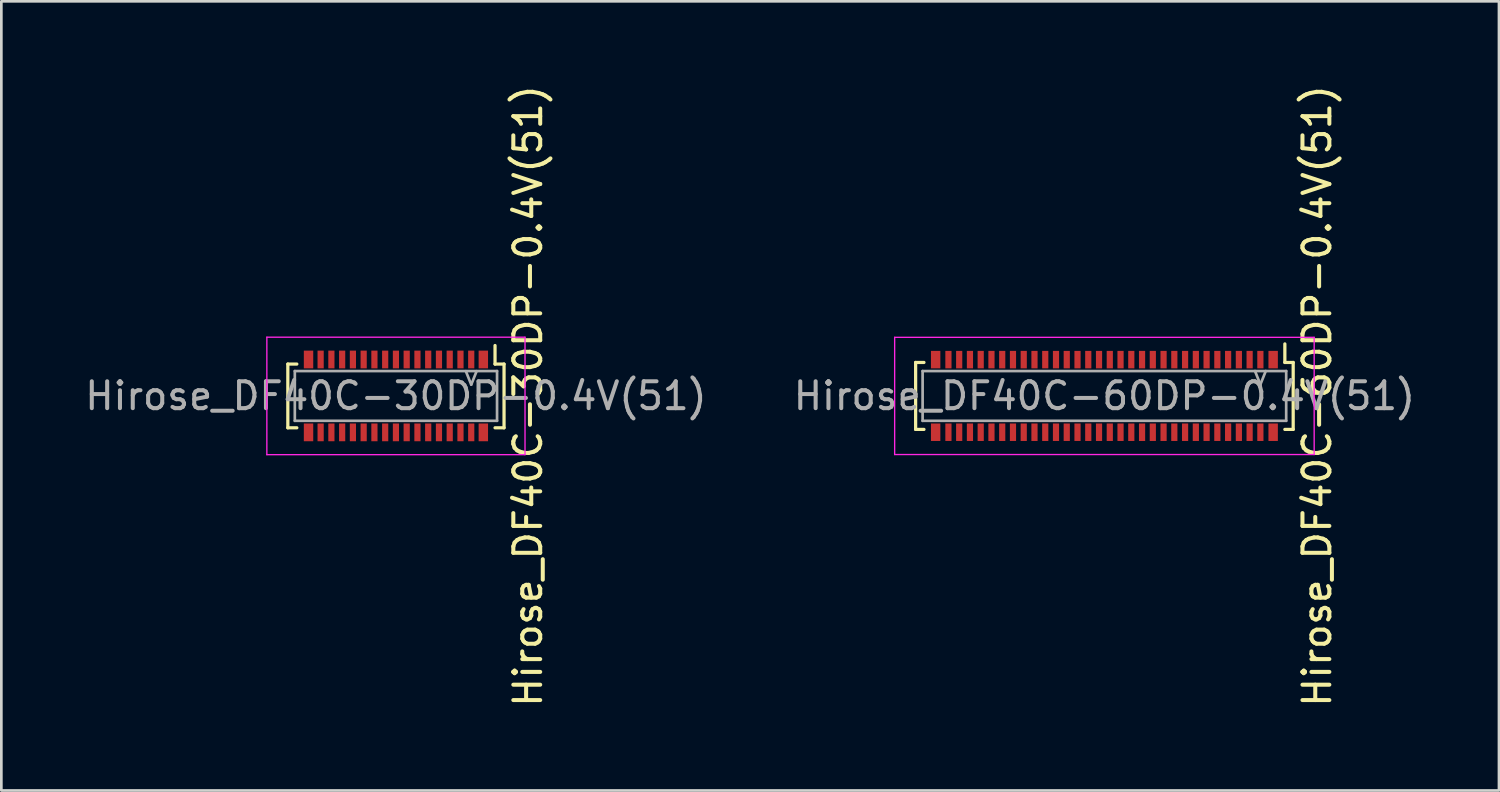
<source format=kicad_pcb>
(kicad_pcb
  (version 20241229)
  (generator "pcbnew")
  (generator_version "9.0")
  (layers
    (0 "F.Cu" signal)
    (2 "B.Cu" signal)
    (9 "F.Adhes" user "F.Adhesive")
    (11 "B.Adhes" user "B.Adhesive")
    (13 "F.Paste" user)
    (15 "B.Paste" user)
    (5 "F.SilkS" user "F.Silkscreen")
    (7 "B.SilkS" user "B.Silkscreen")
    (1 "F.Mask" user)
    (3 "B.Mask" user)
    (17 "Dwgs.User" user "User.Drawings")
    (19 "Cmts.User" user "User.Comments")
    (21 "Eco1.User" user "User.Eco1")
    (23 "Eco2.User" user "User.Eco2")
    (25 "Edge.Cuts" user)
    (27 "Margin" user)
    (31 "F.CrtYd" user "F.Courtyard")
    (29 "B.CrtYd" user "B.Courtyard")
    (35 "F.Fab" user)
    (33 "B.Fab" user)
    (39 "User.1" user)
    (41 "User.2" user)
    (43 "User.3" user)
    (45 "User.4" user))
  (footprint "Hirose_DF40C-60DP-0.4V(51)"
    (layer "F.Cu")
    (at 38.018 11.673)
    (property "Reference" "Hirose_DF40C-60DP-0.4V(51)" (at 7.91 0 90) (layer "F.SilkS") (effects (font (size 1 1) (thickness 0.15))))
    (attr smd)
    (fp_line (start -7.02 -1.245) (end -7.02 1.245) (stroke (width 0.12) (type solid)) (layer "F.SilkS"))
    (fp_line (start -7.02 -1.245) (end -6.71 -1.245) (stroke (width 0.12) (type solid)) (layer "F.SilkS"))
    (fp_line (start -7.02 1.245) (end -6.71 1.245) (stroke (width 0.12) (type solid)) (layer "F.SilkS"))
    (fp_line (start 6.71 -1.245) (end 6.71 -1.935) (stroke (width 0.12) (type solid)) (layer "F.SilkS"))
    (fp_line (start 7.02 -1.245) (end 6.71 -1.245) (stroke (width 0.12) (type solid)) (layer "F.SilkS"))
    (fp_line (start 7.02 1.245) (end 6.71 1.245) (stroke (width 0.12) (type solid)) (layer "F.SilkS"))
    (fp_line (start 7.02 1.245) (end 7.02 -1.245) (stroke (width 0.12) (type solid)) (layer "F.SilkS"))
    (fp_line (start -7.8 -2.18) (end -7.8 2.18) (stroke (width 0.05) (type solid)) (layer "F.CrtYd"))
    (fp_line (start -7.8 -2.18) (end 7.8 -2.18) (stroke (width 0.05) (type solid)) (layer "F.CrtYd"))
    (fp_line (start 7.8 2.18) (end -7.8 2.18) (stroke (width 0.05) (type solid)) (layer "F.CrtYd"))
    (fp_line (start 7.8 2.18) (end 7.8 -2.18) (stroke (width 0.05) (type solid)) (layer "F.CrtYd"))
    (fp_line (start -6.76 -0.925) (end -6.76 0.925) (stroke (width 0.1) (type solid)) (layer "F.Fab"))
    (fp_line (start -6.76 0.925) (end 6.76 0.925) (stroke (width 0.1) (type solid)) (layer "F.Fab"))
    (fp_line (start 5.6 -0.925) (end 5.8 -0.425) (stroke (width 0.1) (type solid)) (layer "F.Fab"))
    (fp_line (start 6 -0.925) (end 5.8 -0.425) (stroke (width 0.1) (type solid)) (layer "F.Fab"))
    (fp_line (start 6.76 -0.925) (end -6.76 -0.925) (stroke (width 0.1) (type solid)) (layer "F.Fab"))
    (fp_line (start 6.76 0.925) (end 6.76 -0.925) (stroke (width 0.1) (type solid)) (layer "F.Fab"))
    (fp_text user "${REFERENCE}" (at 0 0 0) (layer "F.Fab") (effects (font (size 1 1) (thickness 0.15))))
    (pad "1" smd rect (at 5.8 -1.35) (size 0.23 0.65) (layers "F.Cu" "F.Mask" "F.Paste"))
    (pad "2" smd rect (at 5.8 1.35) (size 0.23 0.65) (layers "F.Cu" "F.Mask" "F.Paste"))
    (pad "3" smd rect (at 5.4 -1.35) (size 0.23 0.65) (layers "F.Cu" "F.Mask" "F.Paste"))
    (pad "4" smd rect (at 5.4 1.35) (size 0.23 0.65) (layers "F.Cu" "F.Mask" "F.Paste"))
    (pad "5" smd rect (at 5 -1.35) (size 0.23 0.65) (layers "F.Cu" "F.Mask" "F.Paste"))
    (pad "6" smd rect (at 5 1.35) (size 0.23 0.65) (layers "F.Cu" "F.Mask" "F.Paste"))
    (pad "7" smd rect (at 4.6 -1.35) (size 0.23 0.65) (layers "F.Cu" "F.Mask" "F.Paste"))
    (pad "8" smd rect (at 4.6 1.35) (size 0.23 0.65) (layers "F.Cu" "F.Mask" "F.Paste"))
    (pad "9" smd rect (at 4.2 -1.35) (size 0.23 0.65) (layers "F.Cu" "F.Mask" "F.Paste"))
    (pad "10" smd rect (at 4.2 1.35) (size 0.23 0.65) (layers "F.Cu" "F.Mask" "F.Paste"))
    (pad "11" smd rect (at 3.8 -1.35) (size 0.23 0.65) (layers "F.Cu" "F.Mask" "F.Paste"))
    (pad "12" smd rect (at 3.8 1.35) (size 0.23 0.65) (layers "F.Cu" "F.Mask" "F.Paste"))
    (pad "13" smd rect (at 3.4 -1.35) (size 0.23 0.65) (layers "F.Cu" "F.Mask" "F.Paste"))
    (pad "14" smd rect (at 3.4 1.35) (size 0.23 0.65) (layers "F.Cu" "F.Mask" "F.Paste"))
    (pad "15" smd rect (at 3 -1.35) (size 0.23 0.65) (layers "F.Cu" "F.Mask" "F.Paste"))
    (pad "16" smd rect (at 3 1.35) (size 0.23 0.65) (layers "F.Cu" "F.Mask" "F.Paste"))
    (pad "17" smd rect (at 2.6 -1.35) (size 0.23 0.65) (layers "F.Cu" "F.Mask" "F.Paste"))
    (pad "18" smd rect (at 2.6 1.35) (size 0.23 0.65) (layers "F.Cu" "F.Mask" "F.Paste"))
    (pad "19" smd rect (at 2.2 -1.35) (size 0.23 0.65) (layers "F.Cu" "F.Mask" "F.Paste"))
    (pad "20" smd rect (at 2.2 1.35) (size 0.23 0.65) (layers "F.Cu" "F.Mask" "F.Paste"))
    (pad "21" smd rect (at 1.8 -1.35) (size 0.23 0.65) (layers "F.Cu" "F.Mask" "F.Paste"))
    (pad "22" smd rect (at 1.8 1.35) (size 0.23 0.65) (layers "F.Cu" "F.Mask" "F.Paste"))
    (pad "23" smd rect (at 1.4 -1.35) (size 0.23 0.65) (layers "F.Cu" "F.Mask" "F.Paste"))
    (pad "24" smd rect (at 1.4 1.35) (size 0.23 0.65) (layers "F.Cu" "F.Mask" "F.Paste"))
    (pad "25" smd rect (at 1 -1.35) (size 0.23 0.65) (layers "F.Cu" "F.Mask" "F.Paste"))
    (pad "26" smd rect (at 1 1.35) (size 0.23 0.65) (layers "F.Cu" "F.Mask" "F.Paste"))
    (pad "27" smd rect (at 0.6 -1.35) (size 0.23 0.65) (layers "F.Cu" "F.Mask" "F.Paste"))
    (pad "28" smd rect (at 0.6 1.35) (size 0.23 0.65) (layers "F.Cu" "F.Mask" "F.Paste"))
    (pad "29" smd rect (at 0.2 -1.35) (size 0.23 0.65) (layers "F.Cu" "F.Mask" "F.Paste"))
    (pad "30" smd rect (at 0.2 1.35) (size 0.23 0.65) (layers "F.Cu" "F.Mask" "F.Paste"))
    (pad "31" smd rect (at -0.2 -1.35) (size 0.23 0.65) (layers "F.Cu" "F.Mask" "F.Paste"))
    (pad "32" smd rect (at -0.2 1.35) (size 0.23 0.65) (layers "F.Cu" "F.Mask" "F.Paste"))
    (pad "33" smd rect (at -0.6 -1.35) (size 0.23 0.65) (layers "F.Cu" "F.Mask" "F.Paste"))
    (pad "34" smd rect (at -0.6 1.35) (size 0.23 0.65) (layers "F.Cu" "F.Mask" "F.Paste"))
    (pad "35" smd rect (at -1 -1.35) (size 0.23 0.65) (layers "F.Cu" "F.Mask" "F.Paste"))
    (pad "36" smd rect (at -1 1.35) (size 0.23 0.65) (layers "F.Cu" "F.Mask" "F.Paste"))
    (pad "37" smd rect (at -1.4 -1.35) (size 0.23 0.65) (layers "F.Cu" "F.Mask" "F.Paste"))
    (pad "38" smd rect (at -1.4 1.35) (size 0.23 0.65) (layers "F.Cu" "F.Mask" "F.Paste"))
    (pad "39" smd rect (at -1.8 -1.35) (size 0.23 0.65) (layers "F.Cu" "F.Mask" "F.Paste"))
    (pad "40" smd rect (at -1.8 1.35) (size 0.23 0.65) (layers "F.Cu" "F.Mask" "F.Paste"))
    (pad "41" smd rect (at -2.2 -1.35) (size 0.23 0.65) (layers "F.Cu" "F.Mask" "F.Paste"))
    (pad "42" smd rect (at -2.2 1.35) (size 0.23 0.65) (layers "F.Cu" "F.Mask" "F.Paste"))
    (pad "43" smd rect (at -2.6 -1.35) (size 0.23 0.65) (layers "F.Cu" "F.Mask" "F.Paste"))
    (pad "44" smd rect (at -2.6 1.35) (size 0.23 0.65) (layers "F.Cu" "F.Mask" "F.Paste"))
    (pad "45" smd rect (at -3 -1.35) (size 0.23 0.65) (layers "F.Cu" "F.Mask" "F.Paste"))
    (pad "46" smd rect (at -3 1.35) (size 0.23 0.65) (layers "F.Cu" "F.Mask" "F.Paste"))
    (pad "47" smd rect (at -3.4 -1.35) (size 0.23 0.65) (layers "F.Cu" "F.Mask" "F.Paste"))
    (pad "48" smd rect (at -3.4 1.35) (size 0.23 0.65) (layers "F.Cu" "F.Mask" "F.Paste"))
    (pad "49" smd rect (at -3.8 -1.35) (size 0.23 0.65) (layers "F.Cu" "F.Mask" "F.Paste"))
    (pad "50" smd rect (at -3.8 1.35) (size 0.23 0.65) (layers "F.Cu" "F.Mask" "F.Paste"))
    (pad "51" smd rect (at -4.2 -1.35) (size 0.23 0.65) (layers "F.Cu" "F.Mask" "F.Paste"))
    (pad "52" smd rect (at -4.2 1.35) (size 0.23 0.65) (layers "F.Cu" "F.Mask" "F.Paste"))
    (pad "53" smd rect (at -4.6 -1.35) (size 0.23 0.65) (layers "F.Cu" "F.Mask" "F.Paste"))
    (pad "54" smd rect (at -4.6 1.35) (size 0.23 0.65) (layers "F.Cu" "F.Mask" "F.Paste"))
    (pad "55" smd rect (at -5 -1.35) (size 0.23 0.65) (layers "F.Cu" "F.Mask" "F.Paste"))
    (pad "56" smd rect (at -5 1.35) (size 0.23 0.65) (layers "F.Cu" "F.Mask" "F.Paste"))
    (pad "57" smd rect (at -5.4 -1.35) (size 0.23 0.65) (layers "F.Cu" "F.Mask" "F.Paste"))
    (pad "58" smd rect (at -5.4 1.35) (size 0.23 0.65) (layers "F.Cu" "F.Mask" "F.Paste"))
    (pad "59" smd rect (at -5.8 -1.35) (size 0.23 0.65) (layers "F.Cu" "F.Mask" "F.Paste"))
    (pad "60" smd rect (at -5.8 1.35) (size 0.23 0.65) (layers "F.Cu" "F.Mask" "F.Paste"))
    (pad "MP" smd rect (at -6.275 -1.35) (size 0.35 0.65) (layers "F.Cu" "F.Mask" "F.Paste"))
    (pad "MP" smd rect (at -6.275 1.35) (size 0.35 0.65) (layers "F.Cu" "F.Mask" "F.Paste"))
    (pad "MP" smd rect (at 6.275 -1.35) (size 0.35 0.65) (layers "F.Cu" "F.Mask" "F.Paste"))
    (pad "MP" smd rect (at 6.275 1.35) (size 0.35 0.65) (layers "F.Cu" "F.Mask" "F.Paste")))
  (footprint "Hirose_DF40C-30DP-0.4V(51)"
    (layer "F.Cu")
    (at 11.673 11.673)
    (property "Reference" "Hirose_DF40C-30DP-0.4V(51)" (at 4.91 0 90) (layer "F.SilkS") (effects (font (size 1 1) (thickness 0.15))))
    (attr through_hole)
    (fp_line (start -4.02 -1.185) (end -4.02 1.185) (stroke (width 0.12) (type solid)) (layer "F.SilkS"))
    (fp_line (start -4.02 -1.185) (end -3.685 -1.185) (stroke (width 0.12) (type solid)) (layer "F.SilkS"))
    (fp_line (start -4.02 1.185) (end -3.685 1.185) (stroke (width 0.12) (type solid)) (layer "F.SilkS"))
    (fp_line (start 3.685 -1.185) (end 3.685 -1.875) (stroke (width 0.12) (type solid)) (layer "F.SilkS"))
    (fp_line (start 4.02 -1.185) (end 3.685 -1.185) (stroke (width 0.12) (type solid)) (layer "F.SilkS"))
    (fp_line (start 4.02 1.185) (end 3.685 1.185) (stroke (width 0.12) (type solid)) (layer "F.SilkS"))
    (fp_line (start 4.02 1.185) (end 4.02 -1.185) (stroke (width 0.12) (type solid)) (layer "F.SilkS"))
    (fp_line (start -4.8 -2.185) (end 4.8 -2.185) (stroke (width 0.05) (type solid)) (layer "F.CrtYd"))
    (fp_line (start -4.8 2.185) (end -4.8 -2.185) (stroke (width 0.05) (type solid)) (layer "F.CrtYd"))
    (fp_line (start 4.8 -2.185) (end 4.8 2.185) (stroke (width 0.05) (type solid)) (layer "F.CrtYd"))
    (fp_line (start 4.8 2.185) (end -4.8 2.185) (stroke (width 0.05) (type solid)) (layer "F.CrtYd"))
    (fp_line (start -3.76 0.925) (end -3.76 -0.925) (stroke (width 0.1) (type solid)) (layer "F.Fab"))
    (fp_line (start -3.76 0.925) (end 3.76 0.925) (stroke (width 0.1) (type solid)) (layer "F.Fab"))
    (fp_line (start 2.6 -0.92) (end 2.8 -0.42) (stroke (width 0.1) (type solid)) (layer "F.Fab"))
    (fp_line (start 3 -0.92) (end 2.8 -0.42) (stroke (width 0.1) (type solid)) (layer "F.Fab"))
    (fp_line (start 3.76 -0.925) (end -3.76 -0.925) (stroke (width 0.1) (type solid)) (layer "F.Fab"))
    (fp_line (start 3.76 -0.925) (end 3.76 0.925) (stroke (width 0.1) (type solid)) (layer "F.Fab"))
    (fp_text user "${REFERENCE}" (at 0 0 0) (layer "F.Fab") (effects (font (size 1 1) (thickness 0.15))))
    (pad "1" smd rect (at 2.8 -1.355) (size 0.23 0.66) (layers "F.Cu" "F.Mask" "F.Paste"))
    (pad "2" smd rect (at 2.8 1.355) (size 0.23 0.66) (layers "F.Cu" "F.Mask" "F.Paste"))
    (pad "3" smd rect (at 2.4 -1.355) (size 0.23 0.66) (layers "F.Cu" "F.Mask" "F.Paste"))
    (pad "4" smd rect (at 2.4 1.355) (size 0.23 0.66) (layers "F.Cu" "F.Mask" "F.Paste"))
    (pad "5" smd rect (at 2 -1.355) (size 0.23 0.66) (layers "F.Cu" "F.Mask" "F.Paste"))
    (pad "6" smd rect (at 2 1.355) (size 0.23 0.66) (layers "F.Cu" "F.Mask" "F.Paste"))
    (pad "7" smd rect (at 1.6 -1.355) (size 0.23 0.66) (layers "F.Cu" "F.Mask" "F.Paste"))
    (pad "8" smd rect (at 1.6 1.355) (size 0.23 0.66) (layers "F.Cu" "F.Mask" "F.Paste"))
    (pad "9" smd rect (at 1.2 -1.355) (size 0.23 0.66) (layers "F.Cu" "F.Mask" "F.Paste"))
    (pad "10" smd rect (at 1.2 1.355) (size 0.23 0.66) (layers "F.Cu" "F.Mask" "F.Paste"))
    (pad "11" smd rect (at 0.8 -1.355) (size 0.23 0.66) (layers "F.Cu" "F.Mask" "F.Paste"))
    (pad "12" smd rect (at 0.8 1.355) (size 0.23 0.66) (layers "F.Cu" "F.Mask" "F.Paste"))
    (pad "13" smd rect (at 0.4 -1.355) (size 0.23 0.66) (layers "F.Cu" "F.Mask" "F.Paste"))
    (pad "14" smd rect (at 0.4 1.355) (size 0.23 0.66) (layers "F.Cu" "F.Mask" "F.Paste"))
    (pad "15" smd rect (at 0 -1.355) (size 0.23 0.66) (layers "F.Cu" "F.Mask" "F.Paste"))
    (pad "16" smd rect (at 0 1.355) (size 0.23 0.66) (layers "F.Cu" "F.Mask" "F.Paste"))
    (pad "17" smd rect (at -0.4 -1.355) (size 0.23 0.66) (layers "F.Cu" "F.Mask" "F.Paste"))
    (pad "18" smd rect (at -0.4 1.355) (size 0.23 0.66) (layers "F.Cu" "F.Mask" "F.Paste"))
    (pad "19" smd rect (at -0.8 -1.355) (size 0.23 0.66) (layers "F.Cu" "F.Mask" "F.Paste"))
    (pad "20" smd rect (at -0.8 1.355) (size 0.23 0.66) (layers "F.Cu" "F.Mask" "F.Paste"))
    (pad "21" smd rect (at -1.2 -1.355) (size 0.23 0.66) (layers "F.Cu" "F.Mask" "F.Paste"))
    (pad "22" smd rect (at -1.2 1.355) (size 0.23 0.66) (layers "F.Cu" "F.Mask" "F.Paste"))
    (pad "23" smd rect (at -1.6 -1.355) (size 0.23 0.66) (layers "F.Cu" "F.Mask" "F.Paste"))
    (pad "24" smd rect (at -1.6 1.355) (size 0.23 0.66) (layers "F.Cu" "F.Mask" "F.Paste"))
    (pad "25" smd rect (at -2 -1.355) (size 0.23 0.66) (layers "F.Cu" "F.Mask" "F.Paste"))
    (pad "26" smd rect (at -2 1.355) (size 0.23 0.66) (layers "F.Cu" "F.Mask" "F.Paste"))
    (pad "27" smd rect (at -2.4 -1.355) (size 0.23 0.66) (layers "F.Cu" "F.Mask" "F.Paste"))
    (pad "28" smd rect (at -2.4 1.355) (size 0.23 0.66) (layers "F.Cu" "F.Mask" "F.Paste"))
    (pad "29" smd rect (at -2.8 -1.355) (size 0.23 0.66) (layers "F.Cu" "F.Mask" "F.Paste"))
    (pad "30" smd rect (at -2.8 1.355) (size 0.23 0.66) (layers "F.Cu" "F.Mask" "F.Paste"))
    (pad "MP" smd rect (at -3.25 -1.355) (size 0.35 0.66) (layers "F.Cu" "F.Mask" "F.Paste"))
    (pad "MP" smd rect (at -3.25 1.355) (size 0.35 0.66) (layers "F.Cu" "F.Mask" "F.Paste"))
    (pad "MP" smd rect (at 3.25 -1.355) (size 0.35 0.66) (layers "F.Cu" "F.Mask" "F.Paste"))
    (pad "MP" smd rect (at 3.25 1.355) (size 0.35 0.66) (layers "F.Cu" "F.Mask" "F.Paste")))
  (gr_rect
    (start -3 -3)
    (end 52.69 26.345)
    (stroke (width 0.1) (type default))
    (fill no)
    (layer "Edge.Cuts")))
</source>
